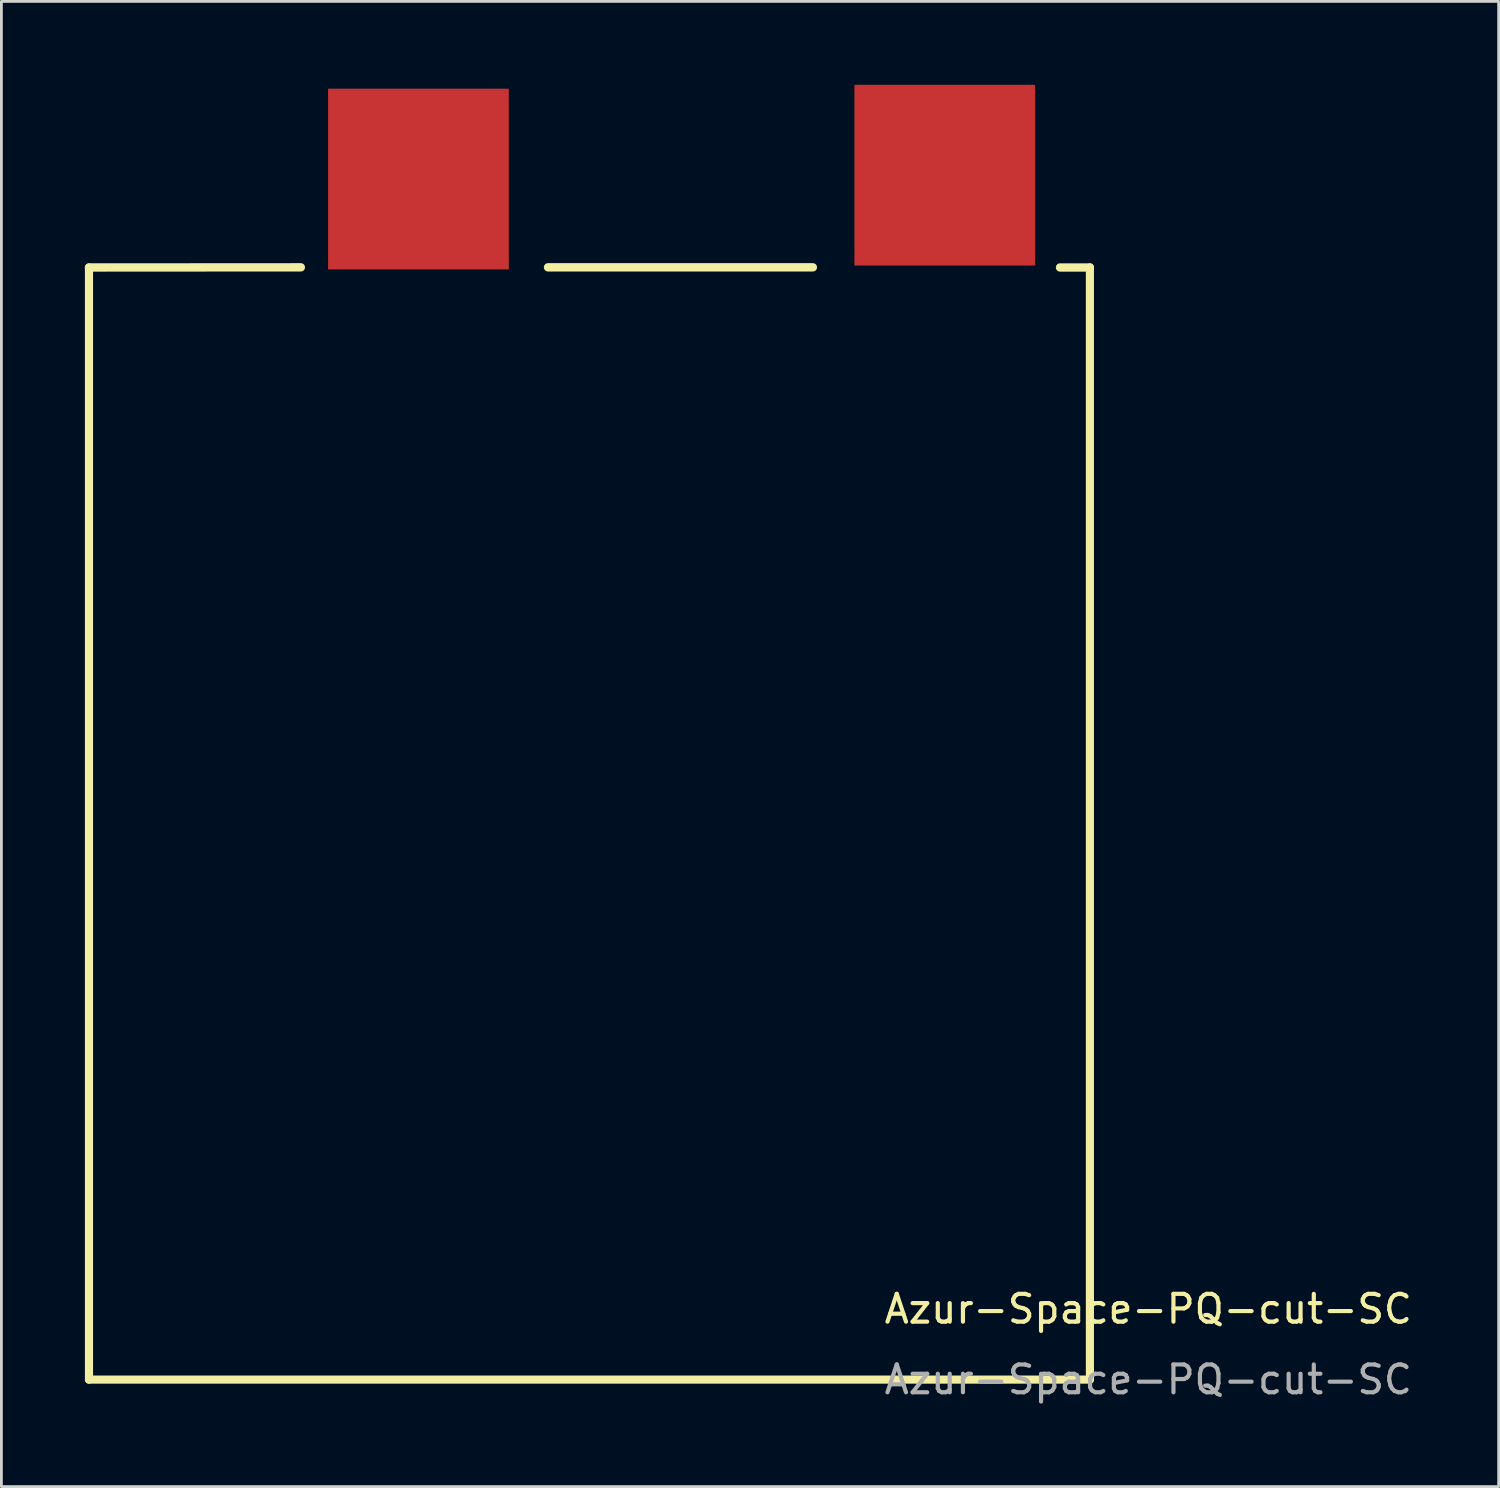
<source format=kicad_pcb>
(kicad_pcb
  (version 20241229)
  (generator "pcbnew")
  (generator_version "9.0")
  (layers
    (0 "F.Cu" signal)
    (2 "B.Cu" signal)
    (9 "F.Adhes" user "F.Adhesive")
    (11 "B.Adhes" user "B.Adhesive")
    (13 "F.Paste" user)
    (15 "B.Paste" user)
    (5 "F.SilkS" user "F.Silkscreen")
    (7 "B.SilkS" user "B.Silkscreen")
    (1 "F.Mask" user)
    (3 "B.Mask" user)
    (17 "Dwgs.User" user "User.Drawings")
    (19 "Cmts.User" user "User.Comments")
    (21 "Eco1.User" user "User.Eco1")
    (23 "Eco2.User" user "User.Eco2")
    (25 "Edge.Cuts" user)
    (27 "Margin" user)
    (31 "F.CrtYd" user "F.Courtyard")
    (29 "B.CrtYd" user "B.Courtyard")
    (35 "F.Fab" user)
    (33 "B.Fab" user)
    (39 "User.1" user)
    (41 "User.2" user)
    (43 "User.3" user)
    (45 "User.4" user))
  (footprint "Azur-Space-PQ-cut-SC"
    (layer "F.Cu")
    (at 17.93 26.25)
    (property "Reference" "Azur-Space-PQ-cut-SC" (at 20.32 17.78 0) (unlocked yes) (layer "F.SilkS") (effects (font (size 1 1) (thickness 0.15))))
    (fp_line (start -17.78 -19.68) (end -17.78 20.32) (stroke (width 0.293) (type solid)) (layer "F.SilkS"))
    (fp_line (start -17.78 -19.68) (end -10.16 -19.685) (stroke (width 0.3) (type solid)) (layer "F.SilkS"))
    (fp_line (start -17.78 20.32) (end 18.22 20.32) (stroke (width 0.293) (type solid)) (layer "F.SilkS"))
    (fp_line (start -1.27 -19.685) (end 8.255 -19.685) (stroke (width 0.3) (type solid)) (layer "F.SilkS"))
    (fp_line (start 17.145 -19.68) (end 18.22 -19.68) (stroke (width 0.3) (type solid)) (layer "F.SilkS"))
    (fp_line (start 18.22 -19.68) (end 18.22 20.32) (stroke (width 0.293) (type solid)) (layer "F.SilkS"))
    (fp_text user "${REFERENCE}" (at 20.32 20.32 0) (unlocked yes) (layer "F.Fab") (effects (font (size 1 1) (thickness 0.15))))
    (pad "1" smd rect (at -5.93 -22.86) (size 6.5 6.5) (layers "F.Cu" "F.Mask" "F.Paste"))
    (pad "2" smd rect (at 13 -23) (size 6.5 6.5) (layers "F.Cu" "F.Mask" "F.Paste")))
  (gr_rect
    (start -3 -3)
    (end 50.851 50.418)
    (stroke (width 0.1) (type default))
    (fill no)
    (layer "Edge.Cuts")))
</source>
